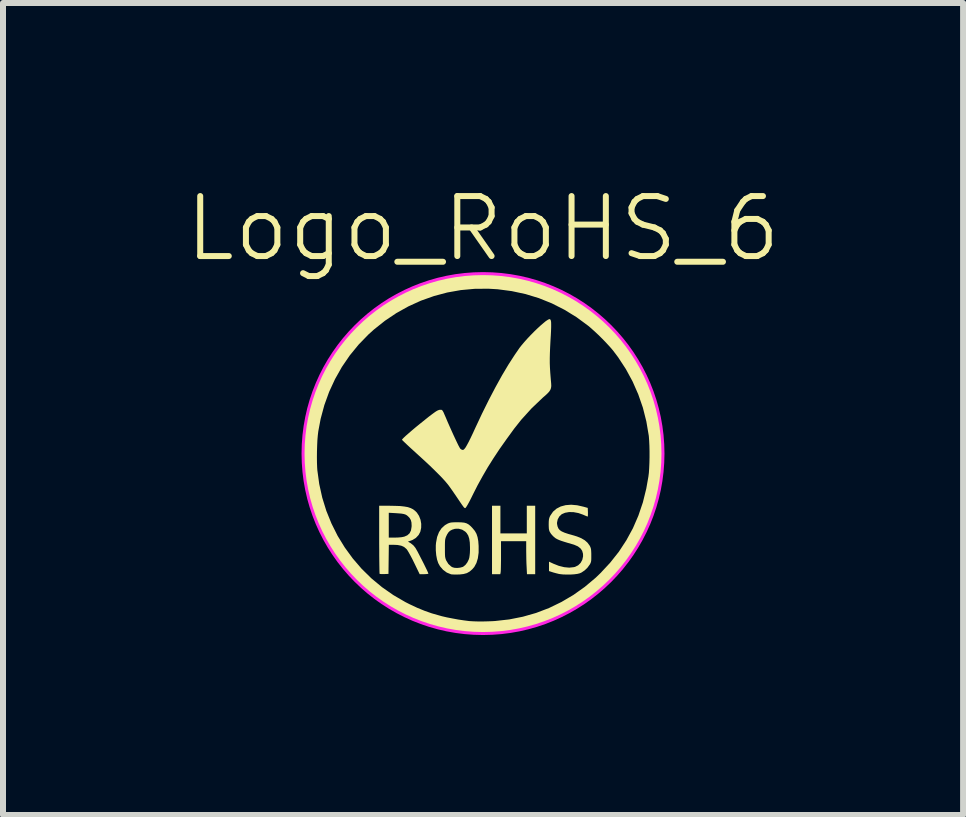
<source format=kicad_pcb>
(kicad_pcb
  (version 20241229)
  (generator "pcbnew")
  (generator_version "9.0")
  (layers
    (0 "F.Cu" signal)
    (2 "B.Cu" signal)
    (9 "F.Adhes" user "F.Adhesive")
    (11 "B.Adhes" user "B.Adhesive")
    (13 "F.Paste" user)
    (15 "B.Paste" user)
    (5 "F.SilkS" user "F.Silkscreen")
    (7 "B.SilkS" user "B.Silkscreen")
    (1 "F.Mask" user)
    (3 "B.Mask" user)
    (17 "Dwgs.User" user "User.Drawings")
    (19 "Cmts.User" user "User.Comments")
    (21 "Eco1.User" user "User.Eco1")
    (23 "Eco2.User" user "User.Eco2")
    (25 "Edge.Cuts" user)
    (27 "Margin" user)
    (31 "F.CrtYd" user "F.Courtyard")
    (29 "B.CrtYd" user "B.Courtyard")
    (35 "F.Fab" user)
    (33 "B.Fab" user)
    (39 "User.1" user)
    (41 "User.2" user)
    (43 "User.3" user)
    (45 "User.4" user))
  (footprint "Logo_RoHS_6"
    (layer "F.Cu")
    (at 5.002 4.511)
    (property "Reference" "Logo_RoHS_6" (at 0 -3.75 0) (unlocked yes) (layer "F.SilkS") (effects (font (size 1 1) (thickness 0.1))))
    (attr smd exclude_from_pos_files exclude_from_bom)
    (fp_poly (pts (xy 0.29 1.1) (xy 0.29 1.331) (xy 0.51 1.331) (xy 0.73 1.331) (xy 0.73 1.1) (xy 0.73 0.87) (xy 0.8 0.87) (xy 0.87 0.87) (xy 0.87 1.441) (xy 0.87 2.011) (xy 0.802 2.011) (xy 0.733 2.011) (xy 0.727 1.889) (xy 0.724 1.832) (xy 0.722 1.763) (xy 0.721 1.69) (xy 0.72 1.622) (xy 0.72 1.614) (xy 0.72 1.461) (xy 0.51 1.461) (xy 0.3 1.461) (xy 0.3 1.704) (xy 0.3 1.774) (xy 0.299 1.839) (xy 0.298 1.895) (xy 0.297 1.939) (xy 0.295 1.969) (xy 0.294 1.98) (xy 0.288 2.011) (xy 0.219 2.011) (xy 0.15 2.011) (xy 0.15 1.441) (xy 0.15 0.87) (xy 0.22 0.87) (xy 0.29 0.87)) (stroke (width 0) (type solid)) (fill yes) (layer "F.SilkS"))
    (fp_poly (pts (xy -0.361 1.147) (xy -0.312 1.152) (xy -0.272 1.164) (xy -0.238 1.183) (xy -0.204 1.212) (xy -0.173 1.245) (xy -0.136 1.29) (xy -0.109 1.338) (xy -0.091 1.393) (xy -0.079 1.459) (xy -0.073 1.54) (xy -0.073 1.543) (xy -0.073 1.652) (xy -0.086 1.746) (xy -0.11 1.825) (xy -0.146 1.891) (xy -0.18 1.93) (xy -0.223 1.967) (xy -0.269 1.993) (xy -0.324 2.008) (xy -0.391 2.016) (xy -0.408 2.016) (xy -0.454 2.017) (xy -0.495 2.016) (xy -0.526 2.014) (xy -0.535 2.012) (xy -0.604 1.984) (xy -0.666 1.938) (xy -0.717 1.879) (xy -0.746 1.827) (xy -0.766 1.767) (xy -0.78 1.694) (xy -0.787 1.614) (xy -0.787 1.579) (xy -0.635 1.579) (xy -0.635 1.581) (xy -0.635 1.641) (xy -0.634 1.686) (xy -0.632 1.719) (xy -0.627 1.744) (xy -0.621 1.764) (xy -0.613 1.783) (xy -0.578 1.84) (xy -0.531 1.883) (xy -0.505 1.897) (xy -0.472 1.905) (xy -0.428 1.907) (xy -0.382 1.902) (xy -0.341 1.891) (xy -0.33 1.886) (xy -0.295 1.858) (xy -0.263 1.817) (xy -0.238 1.767) (xy -0.229 1.738) (xy -0.224 1.705) (xy -0.219 1.659) (xy -0.217 1.605) (xy -0.217 1.566) (xy -0.22 1.484) (xy -0.23 1.418) (xy -0.247 1.366) (xy -0.273 1.325) (xy -0.295 1.302) (xy -0.347 1.269) (xy -0.405 1.253) (xy -0.466 1.254) (xy -0.515 1.269) (xy -0.55 1.288) (xy -0.575 1.312) (xy -0.597 1.345) (xy -0.612 1.376) (xy -0.621 1.397) (xy -0.627 1.418) (xy -0.632 1.442) (xy -0.634 1.474) (xy -0.635 1.519) (xy -0.635 1.579) (xy -0.787 1.579) (xy -0.787 1.531) (xy -0.783 1.486) (xy -0.765 1.39) (xy -0.734 1.31) (xy -0.691 1.245) (xy -0.635 1.194) (xy -0.592 1.169) (xy -0.569 1.159) (xy -0.546 1.152) (xy -0.519 1.148) (xy -0.481 1.146) (xy -0.429 1.145) (xy -0.425 1.145)) (stroke (width 0) (type solid)) (fill yes) (layer "F.SilkS"))
    (fp_poly (pts (xy -1.568 0.87) (xy -1.466 0.872) (xy -1.38 0.875) (xy -1.31 0.883) (xy -1.253 0.893) (xy -1.206 0.909) (xy -1.166 0.929) (xy -1.132 0.955) (xy -1.103 0.984) (xy -1.067 1.039) (xy -1.042 1.103) (xy -1.03 1.171) (xy -1.031 1.239) (xy -1.045 1.303) (xy -1.073 1.357) (xy -1.074 1.358) (xy -1.12 1.407) (xy -1.177 1.441) (xy -1.203 1.451) (xy -1.252 1.468) (xy -1.205 1.495) (xy -1.161 1.53) (xy -1.126 1.574) (xy -1.112 1.598) (xy -1.092 1.633) (xy -1.068 1.679) (xy -1.042 1.73) (xy -1.014 1.784) (xy -0.986 1.839) (xy -0.961 1.89) (xy -0.939 1.935) (xy -0.923 1.97) (xy -0.913 1.994) (xy -0.91 2.001) (xy -0.92 2.006) (xy -0.945 2.009) (xy -0.982 2.011) (xy -0.983 2.011) (xy -1.056 2.011) (xy -1.148 1.821) (xy -1.181 1.754) (xy -1.213 1.694) (xy -1.241 1.644) (xy -1.263 1.608) (xy -1.276 1.591) (xy -1.315 1.558) (xy -1.363 1.536) (xy -1.425 1.524) (xy -1.492 1.521) (xy -1.57 1.521) (xy -1.573 1.763) (xy -1.576 2.006) (xy -1.646 2.009) (xy -1.682 2.009) (xy -1.71 2.008) (xy -1.723 2.005) (xy -1.724 2.005) (xy -1.725 1.993) (xy -1.726 1.964) (xy -1.727 1.919) (xy -1.728 1.858) (xy -1.729 1.786) (xy -1.73 1.702) (xy -1.73 1.609) (xy -1.731 1.508) (xy -1.731 1.434) (xy -1.731 1.194) (xy -1.571 1.194) (xy -1.571 1.401) (xy -1.467 1.401) (xy -1.408 1.399) (xy -1.356 1.394) (xy -1.317 1.386) (xy -1.314 1.386) (xy -1.262 1.363) (xy -1.224 1.329) (xy -1.201 1.282) (xy -1.191 1.222) (xy -1.19 1.201) (xy -1.193 1.147) (xy -1.204 1.107) (xy -1.224 1.073) (xy -1.247 1.049) (xy -1.269 1.03) (xy -1.292 1.017) (xy -1.32 1.008) (xy -1.359 1.001) (xy -1.41 0.997) (xy -1.45 0.994) (xy -1.571 0.987) (xy -1.571 1.194) (xy -1.731 1.194) (xy -1.731 0.87)) (stroke (width 0) (type solid)) (fill yes) (layer "F.SilkS"))
    (fp_poly (pts (xy 1.57 0.862) (xy 1.679 0.887) (xy 1.686 0.889) (xy 1.746 0.906) (xy 1.749 0.978) (xy 1.749 1.013) (xy 1.748 1.039) (xy 1.746 1.05) (xy 1.745 1.05) (xy 1.734 1.047) (xy 1.709 1.037) (xy 1.676 1.023) (xy 1.671 1.02) (xy 1.591 0.992) (xy 1.511 0.977) (xy 1.436 0.975) (xy 1.368 0.987) (xy 1.312 1.011) (xy 1.309 1.014) (xy 1.271 1.05) (xy 1.245 1.098) (xy 1.234 1.15) (xy 1.234 1.172) (xy 1.242 1.213) (xy 1.256 1.247) (xy 1.278 1.275) (xy 1.312 1.298) (xy 1.359 1.319) (xy 1.422 1.34) (xy 1.476 1.355) (xy 1.566 1.382) (xy 1.639 1.412) (xy 1.697 1.446) (xy 1.741 1.485) (xy 1.776 1.532) (xy 1.784 1.546) (xy 1.793 1.567) (xy 1.8 1.591) (xy 1.803 1.622) (xy 1.805 1.666) (xy 1.805 1.696) (xy 1.805 1.745) (xy 1.804 1.78) (xy 1.8 1.805) (xy 1.793 1.825) (xy 1.782 1.847) (xy 1.778 1.852) (xy 1.741 1.903) (xy 1.694 1.948) (xy 1.642 1.983) (xy 1.613 1.996) (xy 1.573 2.006) (xy 1.519 2.013) (xy 1.457 2.017) (xy 1.392 2.017) (xy 1.331 2.015) (xy 1.278 2.009) (xy 1.262 2.006) (xy 1.218 1.995) (xy 1.174 1.983) (xy 1.149 1.975) (xy 1.1 1.959) (xy 1.1 1.88) (xy 1.1 1.802) (xy 1.173 1.836) (xy 1.264 1.872) (xy 1.353 1.894) (xy 1.437 1.902) (xy 1.512 1.894) (xy 1.534 1.889) (xy 1.586 1.863) (xy 1.627 1.823) (xy 1.655 1.772) (xy 1.668 1.714) (xy 1.667 1.671) (xy 1.653 1.621) (xy 1.625 1.581) (xy 1.581 1.547) (xy 1.519 1.52) (xy 1.486 1.51) (xy 1.41 1.488) (xy 1.351 1.47) (xy 1.305 1.455) (xy 1.27 1.442) (xy 1.243 1.43) (xy 1.222 1.419) (xy 1.204 1.408) (xy 1.168 1.377) (xy 1.134 1.339) (xy 1.126 1.326) (xy 1.111 1.302) (xy 1.103 1.28) (xy 1.098 1.256) (xy 1.096 1.222) (xy 1.095 1.181) (xy 1.096 1.134) (xy 1.099 1.1) (xy 1.105 1.074) (xy 1.115 1.048) (xy 1.122 1.035) (xy 1.167 0.969) (xy 1.226 0.918) (xy 1.296 0.882) (xy 1.378 0.86) (xy 1.47 0.853)) (stroke (width 0) (type solid)) (fill yes) (layer "F.SilkS"))
    (fp_poly (pts (xy 1.117 -2.239) (xy 1.125 -2.231) (xy 1.131 -2.216) (xy 1.135 -2.192) (xy 1.136 -2.157) (xy 1.136 -2.109) (xy 1.134 -2.046) (xy 1.13 -1.967) (xy 1.125 -1.887) (xy 1.119 -1.773) (xy 1.115 -1.675) (xy 1.113 -1.588) (xy 1.113 -1.507) (xy 1.116 -1.429) (xy 1.121 -1.348) (xy 1.128 -1.261) (xy 1.131 -1.225) (xy 1.136 -1.17) (xy 1.138 -1.126) (xy 1.133 -1.091) (xy 1.122 -1.061) (xy 1.102 -1.031) (xy 1.071 -0.998) (xy 1.027 -0.958) (xy 0.999 -0.934) (xy 0.81 -0.754) (xy 0.637 -0.563) (xy 0.521 -0.417) (xy 0.393 -0.241) (xy 0.277 -0.077) (xy 0.173 0.08) (xy 0.078 0.231) (xy -0.009 0.381) (xy -0.091 0.53) (xy -0.162 0.67) (xy -0.201 0.749) (xy -0.233 0.811) (xy -0.258 0.856) (xy -0.277 0.887) (xy -0.29 0.905) (xy -0.299 0.91) (xy -0.311 0.904) (xy -0.322 0.893) (xy -0.332 0.879) (xy -0.352 0.852) (xy -0.378 0.814) (xy -0.409 0.768) (xy -0.438 0.725) (xy -0.475 0.671) (xy -0.512 0.617) (xy -0.546 0.569) (xy -0.575 0.529) (xy -0.59 0.51) (xy -0.64 0.451) (xy -0.705 0.381) (xy -0.787 0.299) (xy -0.883 0.205) (xy -0.995 0.101) (xy -1.108 -0.002) (xy -1.166 -0.055) (xy -1.22 -0.104) (xy -1.266 -0.147) (xy -1.304 -0.183) (xy -1.332 -0.21) (xy -1.348 -0.226) (xy -1.351 -0.23) (xy -1.343 -0.242) (xy -1.321 -0.265) (xy -1.287 -0.297) (xy -1.241 -0.337) (xy -1.187 -0.384) (xy -1.124 -0.437) (xy -1.056 -0.493) (xy -1.035 -0.509) (xy -0.962 -0.568) (xy -0.902 -0.616) (xy -0.853 -0.653) (xy -0.815 -0.681) (xy -0.785 -0.702) (xy -0.761 -0.716) (xy -0.742 -0.724) (xy -0.725 -0.729) (xy -0.709 -0.73) (xy -0.703 -0.73) (xy -0.692 -0.729) (xy -0.682 -0.724) (xy -0.672 -0.711) (xy -0.659 -0.689) (xy -0.644 -0.654) (xy -0.622 -0.604) (xy -0.59 -0.528) (xy -0.556 -0.451) (xy -0.522 -0.375) (xy -0.489 -0.302) (xy -0.458 -0.236) (xy -0.431 -0.179) (xy -0.408 -0.132) (xy -0.39 -0.099) (xy -0.379 -0.082) (xy -0.379 -0.081) (xy -0.356 -0.065) (xy -0.337 -0.06) (xy -0.324 -0.064) (xy -0.309 -0.078) (xy -0.29 -0.103) (xy -0.268 -0.141) (xy -0.241 -0.191) (xy -0.208 -0.257) (xy -0.169 -0.339) (xy -0.131 -0.422) (xy -0.017 -0.665) (xy 0.096 -0.893) (xy 0.207 -1.105) (xy 0.316 -1.302) (xy 0.423 -1.482) (xy 0.527 -1.643) (xy 0.608 -1.761) (xy 0.645 -1.808) (xy 0.689 -1.86) (xy 0.739 -1.916) (xy 0.793 -1.973) (xy 0.849 -2.03) (xy 0.904 -2.083) (xy 0.957 -2.132) (xy 1.006 -2.174) (xy 1.047 -2.208) (xy 1.081 -2.23) (xy 1.103 -2.241) (xy 1.107 -2.241)) (stroke (width 0) (type solid)) (fill yes) (layer "F.SilkS"))
    (fp_poly (pts (xy 0.082 -2.996) (xy 0.153 -2.995) (xy 0.213 -2.993) (xy 0.264 -2.991) (xy 0.31 -2.987) (xy 0.357 -2.981) (xy 0.407 -2.974) (xy 0.42 -2.972) (xy 0.667 -2.925) (xy 0.905 -2.86) (xy 1.135 -2.777) (xy 1.355 -2.677) (xy 1.566 -2.56) (xy 1.766 -2.426) (xy 1.955 -2.276) (xy 2.133 -2.11) (xy 2.298 -1.928) (xy 2.409 -1.788) (xy 2.545 -1.589) (xy 2.663 -1.383) (xy 2.764 -1.169) (xy 2.847 -0.949) (xy 2.912 -0.724) (xy 2.96 -0.496) (xy 2.989 -0.265) (xy 3.001 -0.033) (xy 2.995 0.2) (xy 2.97 0.431) (xy 2.928 0.661) (xy 2.868 0.887) (xy 2.79 1.109) (xy 2.694 1.326) (xy 2.579 1.536) (xy 2.513 1.641) (xy 2.425 1.769) (xy 2.335 1.887) (xy 2.237 1.999) (xy 2.128 2.114) (xy 2.121 2.121) (xy 1.939 2.289) (xy 1.747 2.44) (xy 1.544 2.574) (xy 1.332 2.691) (xy 1.11 2.79) (xy 0.878 2.871) (xy 0.637 2.935) (xy 0.42 2.977) (xy 0.365 2.983) (xy 0.296 2.989) (xy 0.209 2.993) (xy 0.105 2.996) (xy 0.04 2.997) (xy -0.049 2.998) (xy -0.123 2.998) (xy -0.183 2.997) (xy -0.235 2.995) (xy -0.282 2.992) (xy -0.327 2.987) (xy -0.375 2.981) (xy -0.621 2.939) (xy -0.858 2.879) (xy -1.084 2.802) (xy -1.302 2.708) (xy -1.512 2.596) (xy -1.655 2.507) (xy -1.738 2.45) (xy -1.811 2.398) (xy -1.876 2.348) (xy -1.94 2.295) (xy -2.006 2.235) (xy -2.079 2.166) (xy -2.104 2.141) (xy -2.269 1.967) (xy -2.417 1.785) (xy -2.549 1.593) (xy -2.666 1.388) (xy -2.69 1.341) (xy -2.787 1.127) (xy -2.866 0.914) (xy -2.927 0.696) (xy -2.972 0.471) (xy -2.986 0.376) (xy -2.992 0.313) (xy -2.997 0.235) (xy -3 0.146) (xy -3.001 0.059) (xy -2.769 0.059) (xy -2.768 0.15) (xy -2.765 0.231) (xy -2.762 0.276) (xy -2.73 0.509) (xy -2.68 0.735) (xy -2.612 0.955) (xy -2.526 1.167) (xy -2.424 1.371) (xy -2.305 1.565) (xy -2.171 1.749) (xy -2.023 1.921) (xy -1.86 2.081) (xy -1.684 2.227) (xy -1.495 2.359) (xy -1.294 2.476) (xy -1.225 2.511) (xy -1.097 2.571) (xy -0.975 2.621) (xy -0.853 2.664) (xy -0.723 2.701) (xy -0.684 2.712) (xy -0.602 2.731) (xy -0.509 2.749) (xy -0.412 2.767) (xy -0.318 2.781) (xy -0.233 2.792) (xy -0.205 2.794) (xy -0.15 2.797) (xy -0.08 2.799) (xy -0.001 2.799) (xy 0.081 2.797) (xy 0.161 2.794) (xy 0.205 2.791) (xy 0.437 2.765) (xy 0.664 2.72) (xy 0.885 2.657) (xy 1.1 2.575) (xy 1.308 2.474) (xy 1.507 2.357) (xy 1.697 2.222) (xy 1.877 2.071) (xy 1.96 1.991) (xy 2.121 1.818) (xy 2.265 1.636) (xy 2.39 1.445) (xy 2.499 1.245) (xy 2.59 1.035) (xy 2.665 0.814) (xy 2.722 0.583) (xy 2.757 0.385) (xy 2.765 0.322) (xy 2.77 0.243) (xy 2.774 0.154) (xy 2.776 0.06) (xy 2.776 -0.036) (xy 2.774 -0.128) (xy 2.77 -0.211) (xy 2.765 -0.281) (xy 2.763 -0.3) (xy 2.723 -0.535) (xy 2.665 -0.765) (xy 2.588 -0.987) (xy 2.493 -1.203) (xy 2.381 -1.409) (xy 2.252 -1.606) (xy 2.165 -1.721) (xy 2.117 -1.777) (xy 2.057 -1.842) (xy 1.991 -1.911) (xy 1.921 -1.98) (xy 1.851 -2.045) (xy 1.787 -2.102) (xy 1.751 -2.132) (xy 1.558 -2.274) (xy 1.356 -2.398) (xy 1.147 -2.504) (xy 0.931 -2.591) (xy 0.708 -2.659) (xy 0.479 -2.708) (xy 0.243 -2.739) (xy 0.09 -2.748) (xy -0.141 -2.746) (xy -0.37 -2.725) (xy -0.596 -2.685) (xy -0.817 -2.626) (xy -1.034 -2.549) (xy -1.243 -2.454) (xy -1.444 -2.342) (xy -1.636 -2.213) (xy -1.818 -2.068) (xy -1.91 -1.985) (xy -2.074 -1.816) (xy -2.222 -1.635) (xy -2.353 -1.443) (xy -2.467 -1.241) (xy -2.565 -1.029) (xy -2.645 -0.808) (xy -2.707 -0.578) (xy -2.746 -0.37) (xy -2.754 -0.304) (xy -2.761 -0.223) (xy -2.765 -0.132) (xy -2.768 -0.036) (xy -2.769 0.059) (xy -3.001 0.059) (xy -3.001 0.051) (xy -3.001 -0.047) (xy -3 -0.142) (xy -2.997 -0.231) (xy -2.992 -0.308) (xy -2.986 -0.365) (xy -2.953 -0.57) (xy -2.91 -0.762) (xy -2.854 -0.948) (xy -2.785 -1.131) (xy -2.699 -1.319) (xy -2.696 -1.326) (xy -2.581 -1.538) (xy -2.448 -1.741) (xy -2.299 -1.933) (xy -2.171 -2.075) (xy -1.996 -2.243) (xy -1.809 -2.396) (xy -1.611 -2.533) (xy -1.404 -2.654) (xy -1.188 -2.758) (xy -0.966 -2.844) (xy -0.739 -2.911) (xy -0.635 -2.935) (xy -0.545 -2.953) (xy -0.466 -2.967) (xy -0.393 -2.978) (xy -0.321 -2.986) (xy -0.246 -2.991) (xy -0.163 -2.994) (xy -0.067 -2.995) (xy -0.005 -2.996)) (stroke (width 0) (type solid)) (fill yes) (layer "F.SilkS"))
    (fp_circle (center 0 0) (end 3 0) (stroke (width 0.05) (type default)) (fill no) (layer "F.CrtYd")))
  (gr_rect
    (start -3 -3)
    (end 13.005 10.536)
    (stroke (width 0.1) (type default))
    (fill no)
    (layer "Edge.Cuts")))
</source>
